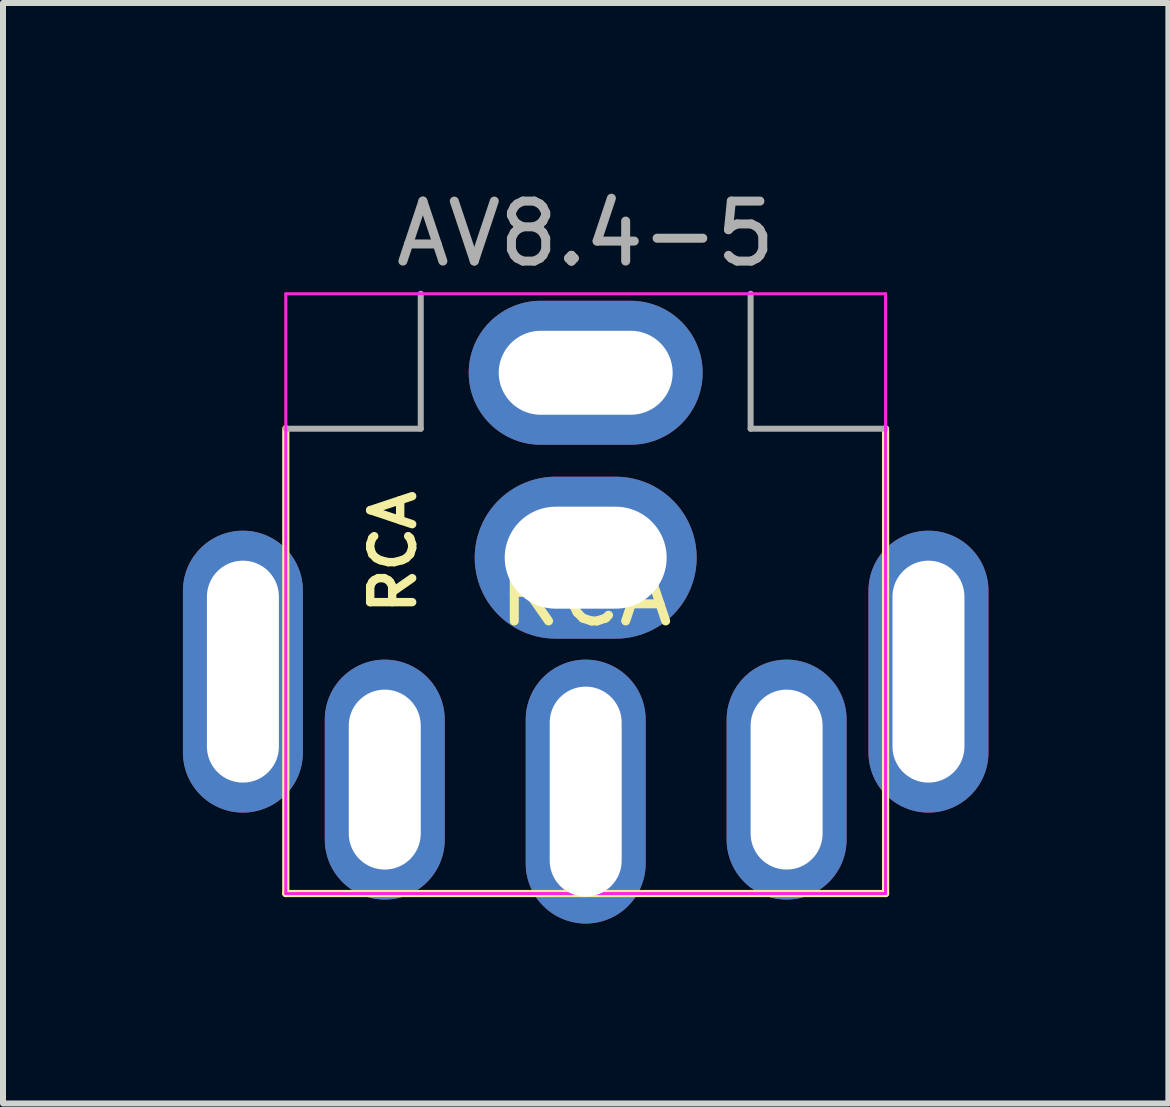
<source format=kicad_pcb>
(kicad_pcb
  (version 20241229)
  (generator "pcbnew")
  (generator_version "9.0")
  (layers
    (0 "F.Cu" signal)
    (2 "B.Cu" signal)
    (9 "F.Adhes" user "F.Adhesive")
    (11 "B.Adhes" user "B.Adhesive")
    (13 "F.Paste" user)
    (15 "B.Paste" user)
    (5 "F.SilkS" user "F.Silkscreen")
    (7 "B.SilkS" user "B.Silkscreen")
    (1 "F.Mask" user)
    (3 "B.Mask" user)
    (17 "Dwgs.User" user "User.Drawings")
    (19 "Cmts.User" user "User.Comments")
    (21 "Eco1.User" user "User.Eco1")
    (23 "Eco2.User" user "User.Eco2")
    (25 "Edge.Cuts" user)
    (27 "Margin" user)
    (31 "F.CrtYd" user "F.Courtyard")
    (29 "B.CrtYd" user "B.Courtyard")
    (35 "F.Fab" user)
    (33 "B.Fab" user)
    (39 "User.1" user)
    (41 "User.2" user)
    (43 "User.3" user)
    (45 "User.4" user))
  (footprint "RCA"
    (layer "F.Cu")
    (at 6.715 6.848)
    (property "Reference" "RCA" (at 0 0 0) (layer "F.SilkS") (effects (font (size 1 1) (thickness 0.15))))
    (attr through_hole)
    (fp_line (start -5 5) (end -5 -2.75) (stroke (width 0.12) (type solid)) (layer "F.SilkS"))
    (fp_line (start 5 -2.75) (end 5 5) (stroke (width 0.12) (type solid)) (layer "F.SilkS"))
    (fp_line (start 5 5) (end -5 5) (stroke (width 0.12) (type solid)) (layer "F.SilkS"))
    (fp_line (start -5 -5) (end -5 5) (stroke (width 0.05) (type solid)) (layer "F.CrtYd"))
    (fp_line (start 5 -5) (end -5 -5) (stroke (width 0.05) (type solid)) (layer "F.CrtYd"))
    (fp_line (start 5 5) (end -5 5) (stroke (width 0.05) (type solid)) (layer "F.CrtYd"))
    (fp_line (start 5 5) (end 5 -5) (stroke (width 0.05) (type solid)) (layer "F.CrtYd"))
    (fp_line (start -2.75 -5) (end -2.75 -2.75) (stroke (width 0.1) (type solid)) (layer "F.Fab"))
    (fp_line (start -2.75 -2.75) (end -5 -2.75) (stroke (width 0.1) (type solid)) (layer "F.Fab"))
    (fp_line (start 2.75 -5) (end 2.75 -2.75) (stroke (width 0.1) (type solid)) (layer "F.Fab"))
    (fp_line (start 2.75 -2.75) (end 5 -2.75) (stroke (width 0.1) (type solid)) (layer "F.Fab"))
    (fp_text user "${REFERENCE}" (at -2.8 0.4 90) (unlocked yes) (layer "F.SilkS") (effects (font (size 0.7 0.7) (thickness 0.14) (bold yes)) (justify left bottom)))
    (fp_text user "AV8.4-5" (at 0 -6 0) (layer "F.Fab") (effects (font (size 1 1) (thickness 0.15))))
    (pad "1" thru_hole oval (at -3.35 3.1) (size 2 4) (drill oval 1.2 3) (layers "*.Cu" "*.Mask"))
    (pad "1" thru_hole oval (at 0 3.3) (size 2 4.4) (drill oval 1.2 3.5) (layers "*.Cu" "*.Mask"))
    (pad "1" thru_hole oval (at 3.35 3.1) (size 2 4) (drill oval 1.2 3) (layers "*.Cu" "*.Mask"))
    (pad "2" thru_hole oval (at -5.715 1.3) (size 2 4.7) (drill oval 1.2 3.7) (layers "*.Cu" "*.Mask"))
    (pad "2" thru_hole oval (at 0 -3.683) (size 3.9 2.4) (drill oval 2.9 1.4) (layers "*.Cu" "*.Mask"))
    (pad "2" thru_hole oval (at 0 -0.6) (size 3.7 2.7) (drill oval 2.7 1.7) (layers "*.Cu" "*.Mask"))
    (pad "2" thru_hole oval (at 5.715 1.3) (size 2 4.7) (drill oval 1.2 3.7) (layers "*.Cu" "*.Mask")))
  (gr_rect
    (start -3 -3)
    (end 16.43 15.348)
    (stroke (width 0.1) (type default))
    (fill no)
    (layer "Edge.Cuts")))
</source>
